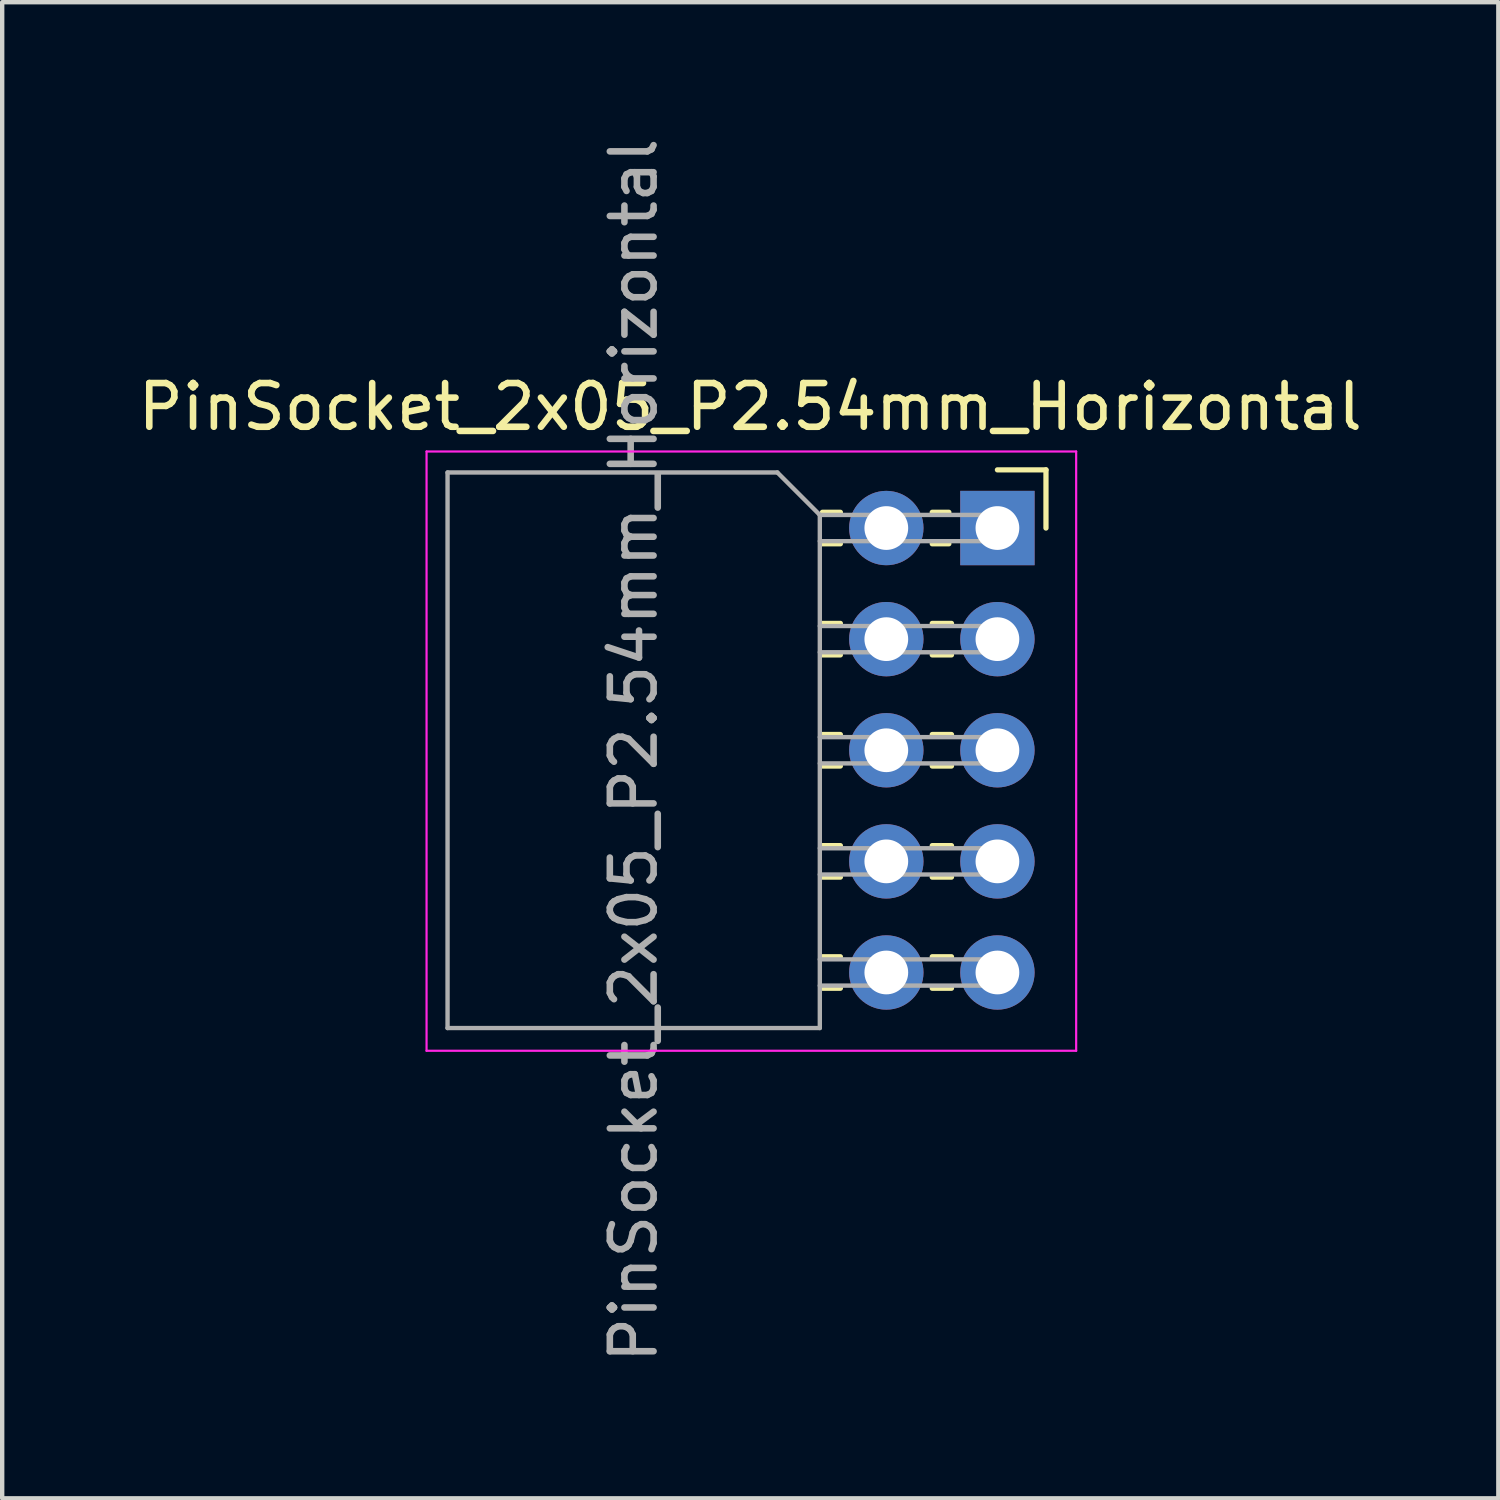
<source format=kicad_pcb>
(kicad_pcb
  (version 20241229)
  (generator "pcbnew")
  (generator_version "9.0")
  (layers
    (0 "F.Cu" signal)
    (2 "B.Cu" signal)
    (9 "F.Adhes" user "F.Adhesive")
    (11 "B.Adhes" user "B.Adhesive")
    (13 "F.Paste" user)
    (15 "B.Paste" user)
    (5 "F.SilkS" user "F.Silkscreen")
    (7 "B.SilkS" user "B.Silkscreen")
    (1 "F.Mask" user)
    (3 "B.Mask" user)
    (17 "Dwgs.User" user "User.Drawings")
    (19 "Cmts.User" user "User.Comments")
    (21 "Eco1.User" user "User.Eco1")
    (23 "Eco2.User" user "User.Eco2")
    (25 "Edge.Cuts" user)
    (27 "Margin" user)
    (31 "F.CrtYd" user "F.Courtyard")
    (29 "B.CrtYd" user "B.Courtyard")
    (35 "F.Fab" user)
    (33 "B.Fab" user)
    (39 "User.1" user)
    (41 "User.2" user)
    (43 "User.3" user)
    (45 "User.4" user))
  (footprint "PinSocket_2x05_P2.54mm_Horizontal"
    (layer "F.Cu")
    (at 19.751 9.021)
    (property "Reference" "PinSocket_2x05_P2.54mm_Horizontal" (at -5.65 -2.77 0) (layer "F.SilkS") (effects (font (size 1 1) (thickness 0.15))))
    (attr through_hole)
    (fp_line (start -4 -0.36) (end -3.59 -0.36) (stroke (width 0.12) (type solid)) (layer "F.SilkS"))
    (fp_line (start -4 0.36) (end -3.59 0.36) (stroke (width 0.12) (type solid)) (layer "F.SilkS"))
    (fp_line (start -4 2.18) (end -3.59 2.18) (stroke (width 0.12) (type solid)) (layer "F.SilkS"))
    (fp_line (start -4 2.9) (end -3.59 2.9) (stroke (width 0.12) (type solid)) (layer "F.SilkS"))
    (fp_line (start -4 4.72) (end -3.59 4.72) (stroke (width 0.12) (type solid)) (layer "F.SilkS"))
    (fp_line (start -4 5.44) (end -3.59 5.44) (stroke (width 0.12) (type solid)) (layer "F.SilkS"))
    (fp_line (start -4 7.26) (end -3.59 7.26) (stroke (width 0.12) (type solid)) (layer "F.SilkS"))
    (fp_line (start -4 7.98) (end -3.59 7.98) (stroke (width 0.12) (type solid)) (layer "F.SilkS"))
    (fp_line (start -4 9.8) (end -3.59 9.8) (stroke (width 0.12) (type solid)) (layer "F.SilkS"))
    (fp_line (start -4 10.52) (end -3.59 10.52) (stroke (width 0.12) (type solid)) (layer "F.SilkS"))
    (fp_line (start -1.49 -0.36) (end -1.11 -0.36) (stroke (width 0.12) (type solid)) (layer "F.SilkS"))
    (fp_line (start -1.49 0.36) (end -1.11 0.36) (stroke (width 0.12) (type solid)) (layer "F.SilkS"))
    (fp_line (start -1.49 2.18) (end -1.05 2.18) (stroke (width 0.12) (type solid)) (layer "F.SilkS"))
    (fp_line (start -1.49 2.9) (end -1.05 2.9) (stroke (width 0.12) (type solid)) (layer "F.SilkS"))
    (fp_line (start -1.49 4.72) (end -1.05 4.72) (stroke (width 0.12) (type solid)) (layer "F.SilkS"))
    (fp_line (start -1.49 5.44) (end -1.05 5.44) (stroke (width 0.12) (type solid)) (layer "F.SilkS"))
    (fp_line (start -1.49 7.26) (end -1.05 7.26) (stroke (width 0.12) (type solid)) (layer "F.SilkS"))
    (fp_line (start -1.49 7.98) (end -1.05 7.98) (stroke (width 0.12) (type solid)) (layer "F.SilkS"))
    (fp_line (start -1.49 9.8) (end -1.05 9.8) (stroke (width 0.12) (type solid)) (layer "F.SilkS"))
    (fp_line (start -1.49 10.52) (end -1.05 10.52) (stroke (width 0.12) (type solid)) (layer "F.SilkS"))
    (fp_line (start 0 -1.33) (end 1.11 -1.33) (stroke (width 0.12) (type solid)) (layer "F.SilkS"))
    (fp_line (start 1.11 -1.33) (end 1.11 0) (stroke (width 0.12) (type solid)) (layer "F.SilkS"))
    (fp_line (start -13.05 -1.75) (end -13.05 11.95) (stroke (width 0.05) (type solid)) (layer "F.CrtYd"))
    (fp_line (start -13.05 11.95) (end 1.8 11.95) (stroke (width 0.05) (type solid)) (layer "F.CrtYd"))
    (fp_line (start 1.8 -1.75) (end -13.05 -1.75) (stroke (width 0.05) (type solid)) (layer "F.CrtYd"))
    (fp_line (start 1.8 11.95) (end 1.8 -1.75) (stroke (width 0.05) (type solid)) (layer "F.CrtYd"))
    (fp_line (start -12.57 -1.27) (end -5.03 -1.27) (stroke (width 0.1) (type solid)) (layer "F.Fab"))
    (fp_line (start -12.57 11.43) (end -12.57 -1.27) (stroke (width 0.1) (type solid)) (layer "F.Fab"))
    (fp_line (start -5.03 -1.27) (end -4.06 -0.3) (stroke (width 0.1) (type solid)) (layer "F.Fab"))
    (fp_line (start -4.06 -0.3) (end -4.06 11.43) (stroke (width 0.1) (type solid)) (layer "F.Fab"))
    (fp_line (start -4.06 0.3) (end 0 0.3) (stroke (width 0.1) (type solid)) (layer "F.Fab"))
    (fp_line (start -4.06 2.84) (end 0 2.84) (stroke (width 0.1) (type solid)) (layer "F.Fab"))
    (fp_line (start -4.06 5.38) (end 0 5.38) (stroke (width 0.1) (type solid)) (layer "F.Fab"))
    (fp_line (start -4.06 7.92) (end 0 7.92) (stroke (width 0.1) (type solid)) (layer "F.Fab"))
    (fp_line (start -4.06 10.46) (end 0 10.46) (stroke (width 0.1) (type solid)) (layer "F.Fab"))
    (fp_line (start -4.06 11.43) (end -12.57 11.43) (stroke (width 0.1) (type solid)) (layer "F.Fab"))
    (fp_line (start 0 -0.3) (end -4.06 -0.3) (stroke (width 0.1) (type solid)) (layer "F.Fab"))
    (fp_line (start 0 0.3) (end 0 -0.3) (stroke (width 0.1) (type solid)) (layer "F.Fab"))
    (fp_line (start 0 2.24) (end -4.06 2.24) (stroke (width 0.1) (type solid)) (layer "F.Fab"))
    (fp_line (start 0 2.84) (end 0 2.24) (stroke (width 0.1) (type solid)) (layer "F.Fab"))
    (fp_line (start 0 4.78) (end -4.06 4.78) (stroke (width 0.1) (type solid)) (layer "F.Fab"))
    (fp_line (start 0 5.38) (end 0 4.78) (stroke (width 0.1) (type solid)) (layer "F.Fab"))
    (fp_line (start 0 7.32) (end -4.06 7.32) (stroke (width 0.1) (type solid)) (layer "F.Fab"))
    (fp_line (start 0 7.92) (end 0 7.32) (stroke (width 0.1) (type solid)) (layer "F.Fab"))
    (fp_line (start 0 9.86) (end -4.06 9.86) (stroke (width 0.1) (type solid)) (layer "F.Fab"))
    (fp_line (start 0 10.46) (end 0 9.86) (stroke (width 0.1) (type solid)) (layer "F.Fab"))
    (fp_text user "${REFERENCE}" (at -8.315 5.08 270) (layer "F.Fab") (effects (font (size 1 1) (thickness 0.15))))
    (pad "1" thru_hole rect (at 0 0) (size 1.7 1.7) (drill 1) (layers "*.Cu" "*.Mask"))
    (pad "2" thru_hole oval (at -2.54 0) (size 1.7 1.7) (drill 1) (layers "*.Cu" "*.Mask"))
    (pad "3" thru_hole oval (at 0 2.54) (size 1.7 1.7) (drill 1) (layers "*.Cu" "*.Mask"))
    (pad "4" thru_hole oval (at -2.54 2.54) (size 1.7 1.7) (drill 1) (layers "*.Cu" "*.Mask"))
    (pad "5" thru_hole oval (at 0 5.08) (size 1.7 1.7) (drill 1) (layers "*.Cu" "*.Mask"))
    (pad "6" thru_hole oval (at -2.54 5.08) (size 1.7 1.7) (drill 1) (layers "*.Cu" "*.Mask"))
    (pad "7" thru_hole oval (at 0 7.62) (size 1.7 1.7) (drill 1) (layers "*.Cu" "*.Mask"))
    (pad "8" thru_hole oval (at -2.54 7.62) (size 1.7 1.7) (drill 1) (layers "*.Cu" "*.Mask"))
    (pad "9" thru_hole oval (at 0 10.16) (size 1.7 1.7) (drill 1) (layers "*.Cu" "*.Mask"))
    (pad "10" thru_hole oval (at -2.54 10.16) (size 1.7 1.7) (drill 1) (layers "*.Cu" "*.Mask")))
  (gr_rect
    (start -3 -3)
    (end 31.202 31.202)
    (stroke (width 0.1) (type default))
    (fill no)
    (layer "Edge.Cuts")))
</source>
